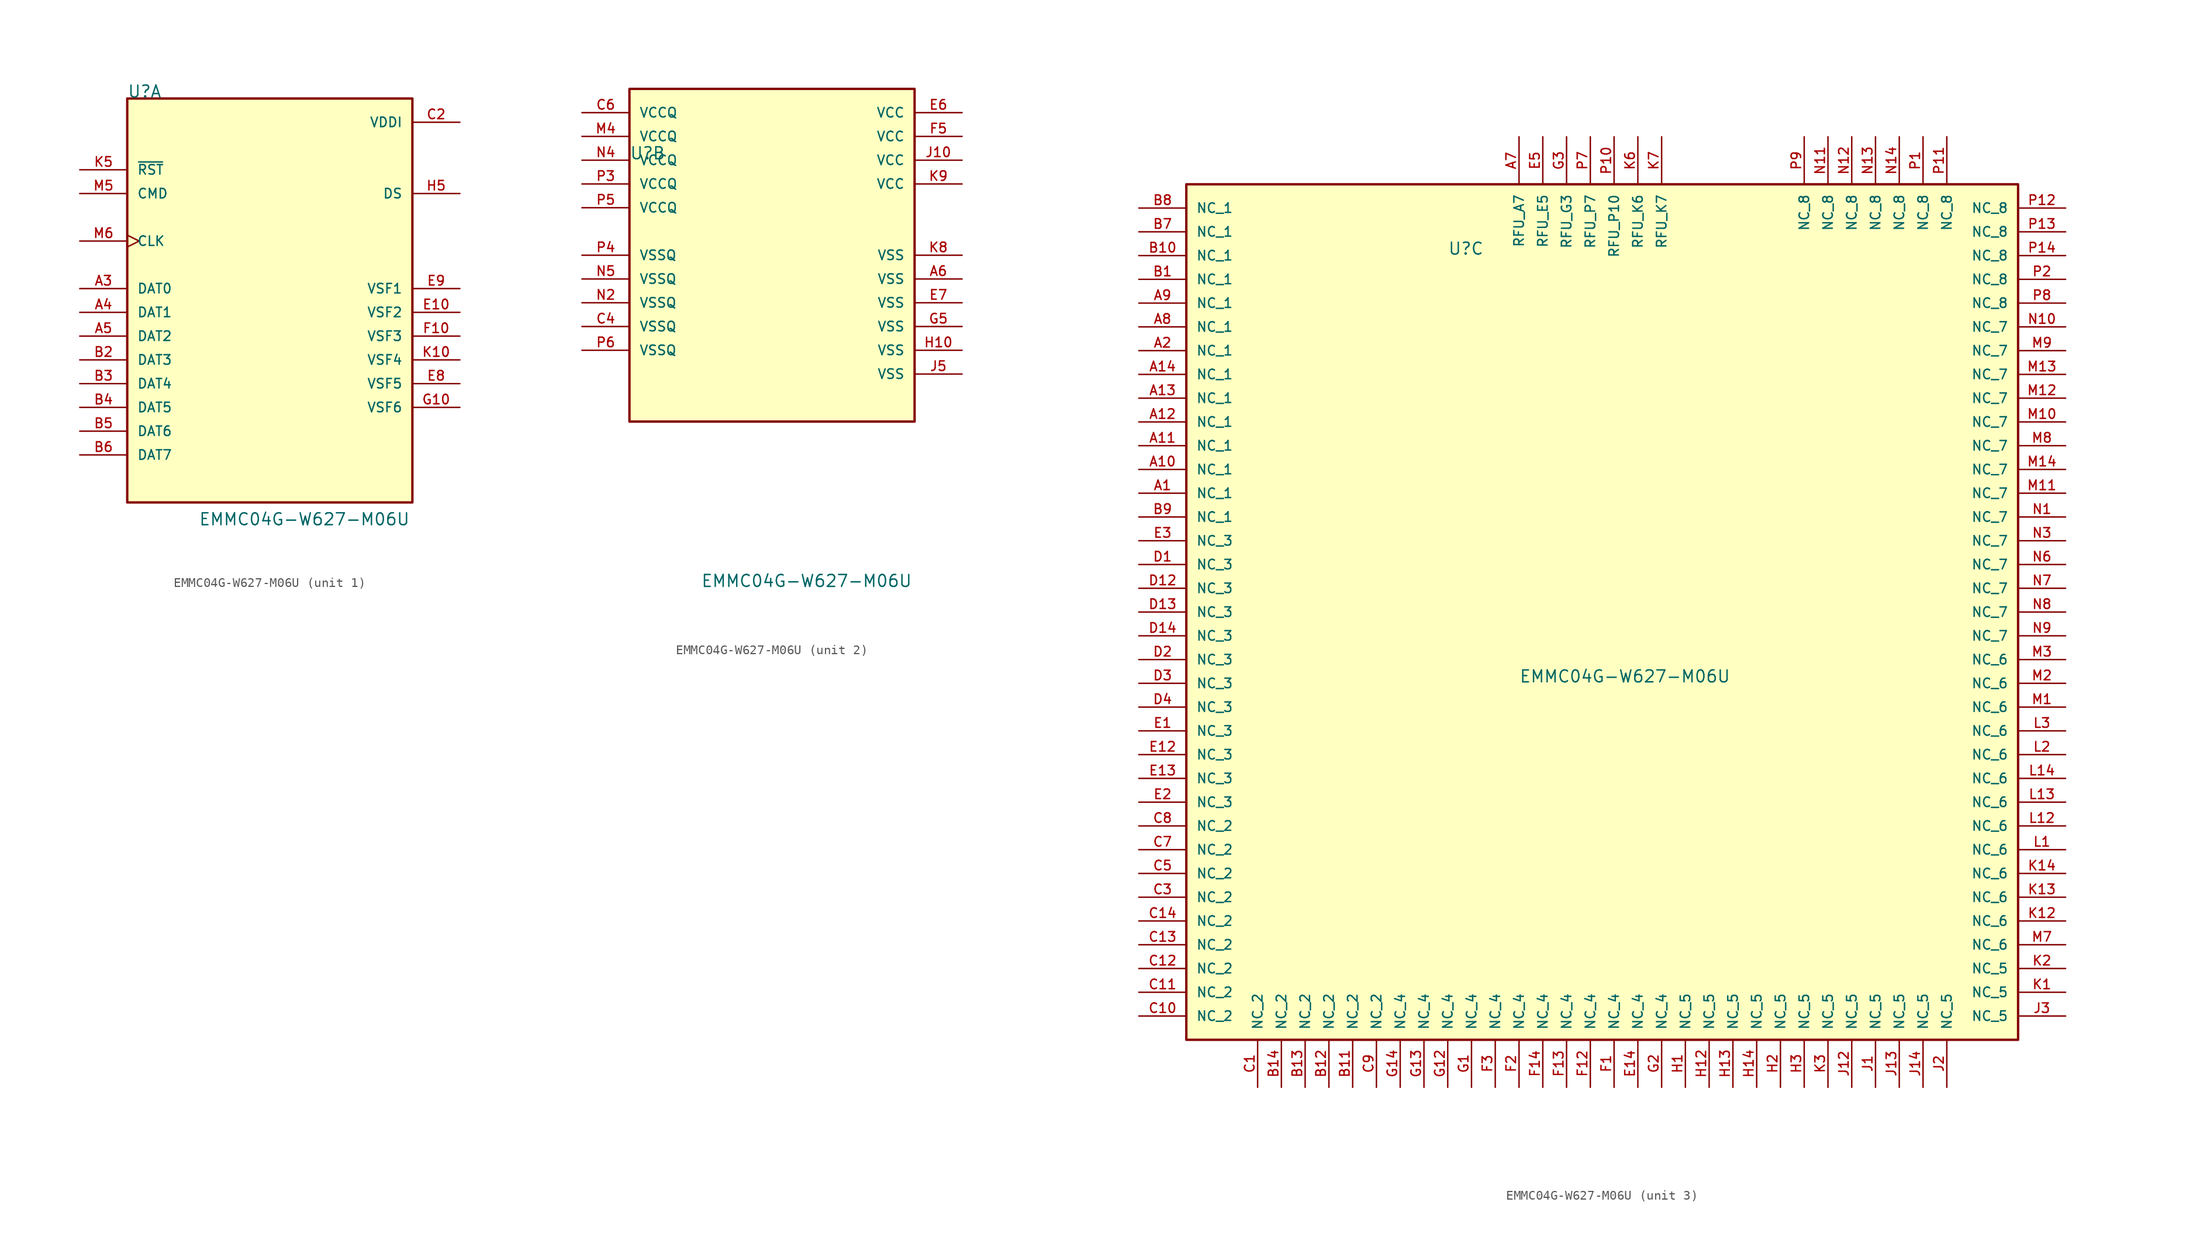
<source format=kicad_sym>
(kicad_symbol_lib
  (version 20220914)
  (generator kicad_symbol_editor)
  (symbol "EMMC04G-W627-M06U"
    (pin_names
      (offset 1.016))
    (property "Reference" "U"
      (at -15.24 25.4 0)
      (effects (font (size 1.27 1.27)) (justify left bottom)))
    (property "Value" "EMMC04G-W627-M06U"
      (at -7.62 -20.32 0)
      (effects (font (size 1.27 1.27)) (justify left bottom)))
    (property "ki_locked" ""
      (at 0 0 0)
      (effects (font (size 1.27 1.27))))
    (symbol "EMMC04G-W627-M06U_1_0"
      (rectangle (start -15.24 25.4) (end 15.24 -17.78) (stroke (width 0.254) (type default)) (fill (type background)))
      (pin bidirectional line (at -20.32 5.08 0) (length 5.08) (name "DAT0" (effects (font (size 1.016 1.016)))) (number "A3" (effects (font (size 1.016 1.016)))))
      (pin bidirectional line (at -20.32 2.54 0) (length 5.08) (name "DAT1" (effects (font (size 1.016 1.016)))) (number "A4" (effects (font (size 1.016 1.016)))))
      (pin bidirectional line (at -20.32 0 0) (length 5.08) (name "DAT2" (effects (font (size 1.016 1.016)))) (number "A5" (effects (font (size 1.016 1.016)))))
      (pin bidirectional line (at -20.32 -2.54 0) (length 5.08) (name "DAT3" (effects (font (size 1.016 1.016)))) (number "B2" (effects (font (size 1.016 1.016)))))
      (pin bidirectional line (at -20.32 -5.08 0) (length 5.08) (name "DAT4" (effects (font (size 1.016 1.016)))) (number "B3" (effects (font (size 1.016 1.016)))))
      (pin bidirectional line (at -20.32 -7.62 0) (length 5.08) (name "DAT5" (effects (font (size 1.016 1.016)))) (number "B4" (effects (font (size 1.016 1.016)))))
      (pin bidirectional line (at -20.32 -10.16 0) (length 5.08) (name "DAT6" (effects (font (size 1.016 1.016)))) (number "B5" (effects (font (size 1.016 1.016)))))
      (pin bidirectional line (at -20.32 -12.7 0) (length 5.08) (name "DAT7" (effects (font (size 1.016 1.016)))) (number "B6" (effects (font (size 1.016 1.016)))))
      (pin passive line (at 20.32 22.86 180) (length 5.08) (name "VDDI" (effects (font (size 1.016 1.016)))) (number "C2" (effects (font (size 1.016 1.016)))))
      (pin bidirectional line (at 20.32 2.54 180) (length 5.08) (name "VSF2" (effects (font (size 1.016 1.016)))) (number "E10" (effects (font (size 1.016 1.016)))))
      (pin bidirectional line (at 20.32 -5.08 180) (length 5.08) (name "VSF5" (effects (font (size 1.016 1.016)))) (number "E8" (effects (font (size 1.016 1.016)))))
      (pin bidirectional line (at 20.32 5.08 180) (length 5.08) (name "VSF1" (effects (font (size 1.016 1.016)))) (number "E9" (effects (font (size 1.016 1.016)))))
      (pin bidirectional line (at 20.32 0 180) (length 5.08) (name "VSF3" (effects (font (size 1.016 1.016)))) (number "F10" (effects (font (size 1.016 1.016)))))
      (pin bidirectional line (at 20.32 -7.62 180) (length 5.08) (name "VSF6" (effects (font (size 1.016 1.016)))) (number "G10" (effects (font (size 1.016 1.016)))))
      (pin bidirectional line (at 20.32 15.24 180) (length 5.08) (name "DS" (effects (font (size 1.016 1.016)))) (number "H5" (effects (font (size 1.016 1.016)))))
      (pin bidirectional line (at 20.32 -2.54 180) (length 5.08) (name "VSF4" (effects (font (size 1.016 1.016)))) (number "K10" (effects (font (size 1.016 1.016)))))
      (pin input line (at -20.32 17.78 0) (length 5.08) (name "~{RST}" (effects (font (size 1.016 1.016)))) (number "K5" (effects (font (size 1.016 1.016)))))
      (pin bidirectional line (at -20.32 15.24 0) (length 5.08) (name "CMD" (effects (font (size 1.016 1.016)))) (number "M5" (effects (font (size 1.016 1.016)))))
      (pin input clock (at -20.32 10.16 0) (length 5.08) (name "CLK" (effects (font (size 1.016 1.016)))) (number "M6" (effects (font (size 1.016 1.016))))))
    (symbol "EMMC04G-W627-M06U_2_0"
      (rectangle (start -15.24 33.02) (end 15.24 -2.54) (stroke (width 0.254) (type default)) (fill (type background)))
      (pin power_in line (at 20.32 12.7 180) (length 5.08) (name "VSS" (effects (font (size 1.016 1.016)))) (number "A6" (effects (font (size 1.016 1.016)))))
      (pin power_in line (at -20.32 7.62 0) (length 5.08) (name "VSSQ" (effects (font (size 1.016 1.016)))) (number "C4" (effects (font (size 1.016 1.016)))))
      (pin power_in line (at -20.32 30.48 0) (length 5.08) (name "VCCQ" (effects (font (size 1.016 1.016)))) (number "C6" (effects (font (size 1.016 1.016)))))
      (pin power_in line (at 20.32 30.48 180) (length 5.08) (name "VCC" (effects (font (size 1.016 1.016)))) (number "E6" (effects (font (size 1.016 1.016)))))
      (pin power_in line (at 20.32 10.16 180) (length 5.08) (name "VSS" (effects (font (size 1.016 1.016)))) (number "E7" (effects (font (size 1.016 1.016)))))
      (pin power_in line (at 20.32 27.94 180) (length 5.08) (name "VCC" (effects (font (size 1.016 1.016)))) (number "F5" (effects (font (size 1.016 1.016)))))
      (pin power_in line (at 20.32 7.62 180) (length 5.08) (name "VSS" (effects (font (size 1.016 1.016)))) (number "G5" (effects (font (size 1.016 1.016)))))
      (pin power_in line (at 20.32 5.08 180) (length 5.08) (name "VSS" (effects (font (size 1.016 1.016)))) (number "H10" (effects (font (size 1.016 1.016)))))
      (pin power_in line (at 20.32 25.4 180) (length 5.08) (name "VCC" (effects (font (size 1.016 1.016)))) (number "J10" (effects (font (size 1.016 1.016)))))
      (pin power_in line (at 20.32 2.54 180) (length 5.08) (name "VSS" (effects (font (size 1.016 1.016)))) (number "J5" (effects (font (size 1.016 1.016)))))
      (pin power_in line (at 20.32 15.24 180) (length 5.08) (name "VSS" (effects (font (size 1.016 1.016)))) (number "K8" (effects (font (size 1.016 1.016)))))
      (pin power_in line (at 20.32 22.86 180) (length 5.08) (name "VCC" (effects (font (size 1.016 1.016)))) (number "K9" (effects (font (size 1.016 1.016)))))
      (pin power_in line (at -20.32 27.94 0) (length 5.08) (name "VCCQ" (effects (font (size 1.016 1.016)))) (number "M4" (effects (font (size 1.016 1.016)))))
      (pin power_in line (at -20.32 10.16 0) (length 5.08) (name "VSSQ" (effects (font (size 1.016 1.016)))) (number "N2" (effects (font (size 1.016 1.016)))))
      (pin power_in line (at -20.32 25.4 0) (length 5.08) (name "VCCQ" (effects (font (size 1.016 1.016)))) (number "N4" (effects (font (size 1.016 1.016)))))
      (pin power_in line (at -20.32 12.7 0) (length 5.08) (name "VSSQ" (effects (font (size 1.016 1.016)))) (number "N5" (effects (font (size 1.016 1.016)))))
      (pin power_in line (at -20.32 22.86 0) (length 5.08) (name "VCCQ" (effects (font (size 1.016 1.016)))) (number "P3" (effects (font (size 1.016 1.016)))))
      (pin power_in line (at -20.32 15.24 0) (length 5.08) (name "VSSQ" (effects (font (size 1.016 1.016)))) (number "P4" (effects (font (size 1.016 1.016)))))
      (pin power_in line (at -20.32 20.32 0) (length 5.08) (name "VCCQ" (effects (font (size 1.016 1.016)))) (number "P5" (effects (font (size 1.016 1.016)))))
      (pin power_in line (at -20.32 5.08 0) (length 5.08) (name "VSSQ" (effects (font (size 1.016 1.016)))) (number "P6" (effects (font (size 1.016 1.016))))))
    (symbol "EMMC04G-W627-M06U_3_0"
      (rectangle (start -43.18 33.02) (end 45.72 -58.42) (stroke (width 0.254) (type default)) (fill (type background)))
      (pin passive line (at -48.26 0 0) (length 5.08) (name "NC_1" (effects (font (size 1.016 1.016)))) (number "A1" (effects (font (size 1.016 1.016)))))
      (pin passive line (at -48.26 2.54 0) (length 5.08) (name "NC_1" (effects (font (size 1.016 1.016)))) (number "A10" (effects (font (size 1.016 1.016)))))
      (pin passive line (at -48.26 5.08 0) (length 5.08) (name "NC_1" (effects (font (size 1.016 1.016)))) (number "A11" (effects (font (size 1.016 1.016)))))
      (pin passive line (at -48.26 7.62 0) (length 5.08) (name "NC_1" (effects (font (size 1.016 1.016)))) (number "A12" (effects (font (size 1.016 1.016)))))
      (pin passive line (at -48.26 10.16 0) (length 5.08) (name "NC_1" (effects (font (size 1.016 1.016)))) (number "A13" (effects (font (size 1.016 1.016)))))
      (pin passive line (at -48.26 12.7 0) (length 5.08) (name "NC_1" (effects (font (size 1.016 1.016)))) (number "A14" (effects (font (size 1.016 1.016)))))
      (pin passive line (at -48.26 15.24 0) (length 5.08) (name "NC_1" (effects (font (size 1.016 1.016)))) (number "A2" (effects (font (size 1.016 1.016)))))
      (pin passive line (at -7.62 38.1 270) (length 5.08) (name "RFU_A7" (effects (font (size 1.016 1.016)))) (number "A7" (effects (font (size 1.016 1.016)))))
      (pin passive line (at -48.26 17.78 0) (length 5.08) (name "NC_1" (effects (font (size 1.016 1.016)))) (number "A8" (effects (font (size 1.016 1.016)))))
      (pin passive line (at -48.26 20.32 0) (length 5.08) (name "NC_1" (effects (font (size 1.016 1.016)))) (number "A9" (effects (font (size 1.016 1.016)))))
      (pin passive line (at -48.26 22.86 0) (length 5.08) (name "NC_1" (effects (font (size 1.016 1.016)))) (number "B1" (effects (font (size 1.016 1.016)))))
      (pin passive line (at -48.26 25.4 0) (length 5.08) (name "NC_1" (effects (font (size 1.016 1.016)))) (number "B10" (effects (font (size 1.016 1.016)))))
      (pin passive line (at -25.4 -63.5 90) (length 5.08) (name "NC_2" (effects (font (size 1.016 1.016)))) (number "B11" (effects (font (size 1.016 1.016)))))
      (pin passive line (at -27.94 -63.5 90) (length 5.08) (name "NC_2" (effects (font (size 1.016 1.016)))) (number "B12" (effects (font (size 1.016 1.016)))))
      (pin passive line (at -30.48 -63.5 90) (length 5.08) (name "NC_2" (effects (font (size 1.016 1.016)))) (number "B13" (effects (font (size 1.016 1.016)))))
      (pin passive line (at -33.02 -63.5 90) (length 5.08) (name "NC_2" (effects (font (size 1.016 1.016)))) (number "B14" (effects (font (size 1.016 1.016)))))
      (pin passive line (at -48.26 27.94 0) (length 5.08) (name "NC_1" (effects (font (size 1.016 1.016)))) (number "B7" (effects (font (size 1.016 1.016)))))
      (pin passive line (at -48.26 30.48 0) (length 5.08) (name "NC_1" (effects (font (size 1.016 1.016)))) (number "B8" (effects (font (size 1.016 1.016)))))
      (pin passive line (at -48.26 -2.54 0) (length 5.08) (name "NC_1" (effects (font (size 1.016 1.016)))) (number "B9" (effects (font (size 1.016 1.016)))))
      (pin passive line (at -35.56 -63.5 90) (length 5.08) (name "NC_2" (effects (font (size 1.016 1.016)))) (number "C1" (effects (font (size 1.016 1.016)))))
      (pin passive line (at -48.26 -55.88 0) (length 5.08) (name "NC_2" (effects (font (size 1.016 1.016)))) (number "C10" (effects (font (size 1.016 1.016)))))
      (pin passive line (at -48.26 -53.34 0) (length 5.08) (name "NC_2" (effects (font (size 1.016 1.016)))) (number "C11" (effects (font (size 1.016 1.016)))))
      (pin passive line (at -48.26 -50.8 0) (length 5.08) (name "NC_2" (effects (font (size 1.016 1.016)))) (number "C12" (effects (font (size 1.016 1.016)))))
      (pin passive line (at -48.26 -48.26 0) (length 5.08) (name "NC_2" (effects (font (size 1.016 1.016)))) (number "C13" (effects (font (size 1.016 1.016)))))
      (pin passive line (at -48.26 -45.72 0) (length 5.08) (name "NC_2" (effects (font (size 1.016 1.016)))) (number "C14" (effects (font (size 1.016 1.016)))))
      (pin passive line (at -48.26 -43.18 0) (length 5.08) (name "NC_2" (effects (font (size 1.016 1.016)))) (number "C3" (effects (font (size 1.016 1.016)))))
      (pin passive line (at -48.26 -40.64 0) (length 5.08) (name "NC_2" (effects (font (size 1.016 1.016)))) (number "C5" (effects (font (size 1.016 1.016)))))
      (pin passive line (at -48.26 -38.1 0) (length 5.08) (name "NC_2" (effects (font (size 1.016 1.016)))) (number "C7" (effects (font (size 1.016 1.016)))))
      (pin passive line (at -48.26 -35.56 0) (length 5.08) (name "NC_2" (effects (font (size 1.016 1.016)))) (number "C8" (effects (font (size 1.016 1.016)))))
      (pin passive line (at -22.86 -63.5 90) (length 5.08) (name "NC_2" (effects (font (size 1.016 1.016)))) (number "C9" (effects (font (size 1.016 1.016)))))
      (pin passive line (at -48.26 -7.62 0) (length 5.08) (name "NC_3" (effects (font (size 1.016 1.016)))) (number "D1" (effects (font (size 1.016 1.016)))))
      (pin passive line (at -48.26 -10.16 0) (length 5.08) (name "NC_3" (effects (font (size 1.016 1.016)))) (number "D12" (effects (font (size 1.016 1.016)))))
      (pin passive line (at -48.26 -12.7 0) (length 5.08) (name "NC_3" (effects (font (size 1.016 1.016)))) (number "D13" (effects (font (size 1.016 1.016)))))
      (pin passive line (at -48.26 -15.24 0) (length 5.08) (name "NC_3" (effects (font (size 1.016 1.016)))) (number "D14" (effects (font (size 1.016 1.016)))))
      (pin passive line (at -48.26 -17.78 0) (length 5.08) (name "NC_3" (effects (font (size 1.016 1.016)))) (number "D2" (effects (font (size 1.016 1.016)))))
      (pin passive line (at -48.26 -20.32 0) (length 5.08) (name "NC_3" (effects (font (size 1.016 1.016)))) (number "D3" (effects (font (size 1.016 1.016)))))
      (pin passive line (at -48.26 -22.86 0) (length 5.08) (name "NC_3" (effects (font (size 1.016 1.016)))) (number "D4" (effects (font (size 1.016 1.016)))))
      (pin passive line (at -48.26 -25.4 0) (length 5.08) (name "NC_3" (effects (font (size 1.016 1.016)))) (number "E1" (effects (font (size 1.016 1.016)))))
      (pin passive line (at -48.26 -27.94 0) (length 5.08) (name "NC_3" (effects (font (size 1.016 1.016)))) (number "E12" (effects (font (size 1.016 1.016)))))
      (pin passive line (at -48.26 -30.48 0) (length 5.08) (name "NC_3" (effects (font (size 1.016 1.016)))) (number "E13" (effects (font (size 1.016 1.016)))))
      (pin passive line (at 5.08 -63.5 90) (length 5.08) (name "NC_4" (effects (font (size 1.016 1.016)))) (number "E14" (effects (font (size 1.016 1.016)))))
      (pin passive line (at -48.26 -33.02 0) (length 5.08) (name "NC_3" (effects (font (size 1.016 1.016)))) (number "E2" (effects (font (size 1.016 1.016)))))
      (pin passive line (at -48.26 -5.08 0) (length 5.08) (name "NC_3" (effects (font (size 1.016 1.016)))) (number "E3" (effects (font (size 1.016 1.016)))))
      (pin passive line (at -5.08 38.1 270) (length 5.08) (name "RFU_E5" (effects (font (size 1.016 1.016)))) (number "E5" (effects (font (size 1.016 1.016)))))
      (pin passive line (at 2.54 -63.5 90) (length 5.08) (name "NC_4" (effects (font (size 1.016 1.016)))) (number "F1" (effects (font (size 1.016 1.016)))))
      (pin passive line (at 0 -63.5 90) (length 5.08) (name "NC_4" (effects (font (size 1.016 1.016)))) (number "F12" (effects (font (size 1.016 1.016)))))
      (pin passive line (at -2.54 -63.5 90) (length 5.08) (name "NC_4" (effects (font (size 1.016 1.016)))) (number "F13" (effects (font (size 1.016 1.016)))))
      (pin passive line (at -5.08 -63.5 90) (length 5.08) (name "NC_4" (effects (font (size 1.016 1.016)))) (number "F14" (effects (font (size 1.016 1.016)))))
      (pin passive line (at -7.62 -63.5 90) (length 5.08) (name "NC_4" (effects (font (size 1.016 1.016)))) (number "F2" (effects (font (size 1.016 1.016)))))
      (pin passive line (at -10.16 -63.5 90) (length 5.08) (name "NC_4" (effects (font (size 1.016 1.016)))) (number "F3" (effects (font (size 1.016 1.016)))))
      (pin passive line (at -12.7 -63.5 90) (length 5.08) (name "NC_4" (effects (font (size 1.016 1.016)))) (number "G1" (effects (font (size 1.016 1.016)))))
      (pin passive line (at -15.24 -63.5 90) (length 5.08) (name "NC_4" (effects (font (size 1.016 1.016)))) (number "G12" (effects (font (size 1.016 1.016)))))
      (pin passive line (at -17.78 -63.5 90) (length 5.08) (name "NC_4" (effects (font (size 1.016 1.016)))) (number "G13" (effects (font (size 1.016 1.016)))))
      (pin passive line (at -20.32 -63.5 90) (length 5.08) (name "NC_4" (effects (font (size 1.016 1.016)))) (number "G14" (effects (font (size 1.016 1.016)))))
      (pin passive line (at 7.62 -63.5 90) (length 5.08) (name "NC_4" (effects (font (size 1.016 1.016)))) (number "G2" (effects (font (size 1.016 1.016)))))
      (pin passive line (at -2.54 38.1 270) (length 5.08) (name "RFU_G3" (effects (font (size 1.016 1.016)))) (number "G3" (effects (font (size 1.016 1.016)))))
      (pin passive line (at 10.16 -63.5 90) (length 5.08) (name "NC_5" (effects (font (size 1.016 1.016)))) (number "H1" (effects (font (size 1.016 1.016)))))
      (pin passive line (at 12.7 -63.5 90) (length 5.08) (name "NC_5" (effects (font (size 1.016 1.016)))) (number "H12" (effects (font (size 1.016 1.016)))))
      (pin passive line (at 15.24 -63.5 90) (length 5.08) (name "NC_5" (effects (font (size 1.016 1.016)))) (number "H13" (effects (font (size 1.016 1.016)))))
      (pin passive line (at 17.78 -63.5 90) (length 5.08) (name "NC_5" (effects (font (size 1.016 1.016)))) (number "H14" (effects (font (size 1.016 1.016)))))
      (pin passive line (at 20.32 -63.5 90) (length 5.08) (name "NC_5" (effects (font (size 1.016 1.016)))) (number "H2" (effects (font (size 1.016 1.016)))))
      (pin passive line (at 22.86 -63.5 90) (length 5.08) (name "NC_5" (effects (font (size 1.016 1.016)))) (number "H3" (effects (font (size 1.016 1.016)))))
      (pin passive line (at 30.48 -63.5 90) (length 5.08) (name "NC_5" (effects (font (size 1.016 1.016)))) (number "J1" (effects (font (size 1.016 1.016)))))
      (pin passive line (at 27.94 -63.5 90) (length 5.08) (name "NC_5" (effects (font (size 1.016 1.016)))) (number "J12" (effects (font (size 1.016 1.016)))))
      (pin passive line (at 33.02 -63.5 90) (length 5.08) (name "NC_5" (effects (font (size 1.016 1.016)))) (number "J13" (effects (font (size 1.016 1.016)))))
      (pin passive line (at 35.56 -63.5 90) (length 5.08) (name "NC_5" (effects (font (size 1.016 1.016)))) (number "J14" (effects (font (size 1.016 1.016)))))
      (pin passive line (at 38.1 -63.5 90) (length 5.08) (name "NC_5" (effects (font (size 1.016 1.016)))) (number "J2" (effects (font (size 1.016 1.016)))))
      (pin passive line (at 50.8 -55.88 180) (length 5.08) (name "NC_5" (effects (font (size 1.016 1.016)))) (number "J3" (effects (font (size 1.016 1.016)))))
      (pin passive line (at 50.8 -53.34 180) (length 5.08) (name "NC_5" (effects (font (size 1.016 1.016)))) (number "K1" (effects (font (size 1.016 1.016)))))
      (pin passive line (at 50.8 -45.72 180) (length 5.08) (name "NC_6" (effects (font (size 1.016 1.016)))) (number "K12" (effects (font (size 1.016 1.016)))))
      (pin passive line (at 50.8 -43.18 180) (length 5.08) (name "NC_6" (effects (font (size 1.016 1.016)))) (number "K13" (effects (font (size 1.016 1.016)))))
      (pin passive line (at 50.8 -40.64 180) (length 5.08) (name "NC_6" (effects (font (size 1.016 1.016)))) (number "K14" (effects (font (size 1.016 1.016)))))
      (pin passive line (at 50.8 -50.8 180) (length 5.08) (name "NC_5" (effects (font (size 1.016 1.016)))) (number "K2" (effects (font (size 1.016 1.016)))))
      (pin passive line (at 25.4 -63.5 90) (length 5.08) (name "NC_5" (effects (font (size 1.016 1.016)))) (number "K3" (effects (font (size 1.016 1.016)))))
      (pin passive line (at 5.08 38.1 270) (length 5.08) (name "RFU_K6" (effects (font (size 1.016 1.016)))) (number "K6" (effects (font (size 1.016 1.016)))))
      (pin passive line (at 7.62 38.1 270) (length 5.08) (name "RFU_K7" (effects (font (size 1.016 1.016)))) (number "K7" (effects (font (size 1.016 1.016)))))
      (pin passive line (at 50.8 -38.1 180) (length 5.08) (name "NC_6" (effects (font (size 1.016 1.016)))) (number "L1" (effects (font (size 1.016 1.016)))))
      (pin passive line (at 50.8 -35.56 180) (length 5.08) (name "NC_6" (effects (font (size 1.016 1.016)))) (number "L12" (effects (font (size 1.016 1.016)))))
      (pin passive line (at 50.8 -33.02 180) (length 5.08) (name "NC_6" (effects (font (size 1.016 1.016)))) (number "L13" (effects (font (size 1.016 1.016)))))
      (pin passive line (at 50.8 -30.48 180) (length 5.08) (name "NC_6" (effects (font (size 1.016 1.016)))) (number "L14" (effects (font (size 1.016 1.016)))))
      (pin passive line (at 50.8 -27.94 180) (length 5.08) (name "NC_6" (effects (font (size 1.016 1.016)))) (number "L2" (effects (font (size 1.016 1.016)))))
      (pin passive line (at 50.8 -25.4 180) (length 5.08) (name "NC_6" (effects (font (size 1.016 1.016)))) (number "L3" (effects (font (size 1.016 1.016)))))
      (pin passive line (at 50.8 -22.86 180) (length 5.08) (name "NC_6" (effects (font (size 1.016 1.016)))) (number "M1" (effects (font (size 1.016 1.016)))))
      (pin passive line (at 50.8 7.62 180) (length 5.08) (name "NC_7" (effects (font (size 1.016 1.016)))) (number "M10" (effects (font (size 1.016 1.016)))))
      (pin passive line (at 50.8 0 180) (length 5.08) (name "NC_7" (effects (font (size 1.016 1.016)))) (number "M11" (effects (font (size 1.016 1.016)))))
      (pin passive line (at 50.8 10.16 180) (length 5.08) (name "NC_7" (effects (font (size 1.016 1.016)))) (number "M12" (effects (font (size 1.016 1.016)))))
      (pin passive line (at 50.8 12.7 180) (length 5.08) (name "NC_7" (effects (font (size 1.016 1.016)))) (number "M13" (effects (font (size 1.016 1.016)))))
      (pin passive line (at 50.8 2.54 180) (length 5.08) (name "NC_7" (effects (font (size 1.016 1.016)))) (number "M14" (effects (font (size 1.016 1.016)))))
      (pin passive line (at 50.8 -20.32 180) (length 5.08) (name "NC_6" (effects (font (size 1.016 1.016)))) (number "M2" (effects (font (size 1.016 1.016)))))
      (pin passive line (at 50.8 -17.78 180) (length 5.08) (name "NC_6" (effects (font (size 1.016 1.016)))) (number "M3" (effects (font (size 1.016 1.016)))))
      (pin passive line (at 50.8 -48.26 180) (length 5.08) (name "NC_6" (effects (font (size 1.016 1.016)))) (number "M7" (effects (font (size 1.016 1.016)))))
      (pin passive line (at 50.8 5.08 180) (length 5.08) (name "NC_7" (effects (font (size 1.016 1.016)))) (number "M8" (effects (font (size 1.016 1.016)))))
      (pin passive line (at 50.8 15.24 180) (length 5.08) (name "NC_7" (effects (font (size 1.016 1.016)))) (number "M9" (effects (font (size 1.016 1.016)))))
      (pin passive line (at 50.8 -2.54 180) (length 5.08) (name "NC_7" (effects (font (size 1.016 1.016)))) (number "N1" (effects (font (size 1.016 1.016)))))
      (pin passive line (at 50.8 17.78 180) (length 5.08) (name "NC_7" (effects (font (size 1.016 1.016)))) (number "N10" (effects (font (size 1.016 1.016)))))
      (pin passive line (at 25.4 38.1 270) (length 5.08) (name "NC_8" (effects (font (size 1.016 1.016)))) (number "N11" (effects (font (size 1.016 1.016)))))
      (pin passive line (at 27.94 38.1 270) (length 5.08) (name "NC_8" (effects (font (size 1.016 1.016)))) (number "N12" (effects (font (size 1.016 1.016)))))
      (pin passive line (at 30.48 38.1 270) (length 5.08) (name "NC_8" (effects (font (size 1.016 1.016)))) (number "N13" (effects (font (size 1.016 1.016)))))
      (pin passive line (at 33.02 38.1 270) (length 5.08) (name "NC_8" (effects (font (size 1.016 1.016)))) (number "N14" (effects (font (size 1.016 1.016)))))
      (pin passive line (at 50.8 -5.08 180) (length 5.08) (name "NC_7" (effects (font (size 1.016 1.016)))) (number "N3" (effects (font (size 1.016 1.016)))))
      (pin passive line (at 50.8 -7.62 180) (length 5.08) (name "NC_7" (effects (font (size 1.016 1.016)))) (number "N6" (effects (font (size 1.016 1.016)))))
      (pin passive line (at 50.8 -10.16 180) (length 5.08) (name "NC_7" (effects (font (size 1.016 1.016)))) (number "N7" (effects (font (size 1.016 1.016)))))
      (pin passive line (at 50.8 -12.7 180) (length 5.08) (name "NC_7" (effects (font (size 1.016 1.016)))) (number "N8" (effects (font (size 1.016 1.016)))))
      (pin passive line (at 50.8 -15.24 180) (length 5.08) (name "NC_7" (effects (font (size 1.016 1.016)))) (number "N9" (effects (font (size 1.016 1.016)))))
      (pin passive line (at 35.56 38.1 270) (length 5.08) (name "NC_8" (effects (font (size 1.016 1.016)))) (number "P1" (effects (font (size 1.016 1.016)))))
      (pin passive line (at 2.54 38.1 270) (length 5.08) (name "RFU_P10" (effects (font (size 1.016 1.016)))) (number "P10" (effects (font (size 1.016 1.016)))))
      (pin passive line (at 38.1 38.1 270) (length 5.08) (name "NC_8" (effects (font (size 1.016 1.016)))) (number "P11" (effects (font (size 1.016 1.016)))))
      (pin passive line (at 50.8 30.48 180) (length 5.08) (name "NC_8" (effects (font (size 1.016 1.016)))) (number "P12" (effects (font (size 1.016 1.016)))))
      (pin passive line (at 50.8 27.94 180) (length 5.08) (name "NC_8" (effects (font (size 1.016 1.016)))) (number "P13" (effects (font (size 1.016 1.016)))))
      (pin passive line (at 50.8 25.4 180) (length 5.08) (name "NC_8" (effects (font (size 1.016 1.016)))) (number "P14" (effects (font (size 1.016 1.016)))))
      (pin passive line (at 50.8 22.86 180) (length 5.08) (name "NC_8" (effects (font (size 1.016 1.016)))) (number "P2" (effects (font (size 1.016 1.016)))))
      (pin passive line (at 0 38.1 270) (length 5.08) (name "RFU_P7" (effects (font (size 1.016 1.016)))) (number "P7" (effects (font (size 1.016 1.016)))))
      (pin passive line (at 50.8 20.32 180) (length 5.08) (name "NC_8" (effects (font (size 1.016 1.016)))) (number "P8" (effects (font (size 1.016 1.016)))))
      (pin passive line (at 22.86 38.1 270) (length 5.08) (name "NC_8" (effects (font (size 1.016 1.016)))) (number "P9" (effects (font (size 1.016 1.016))))))))
</source>
